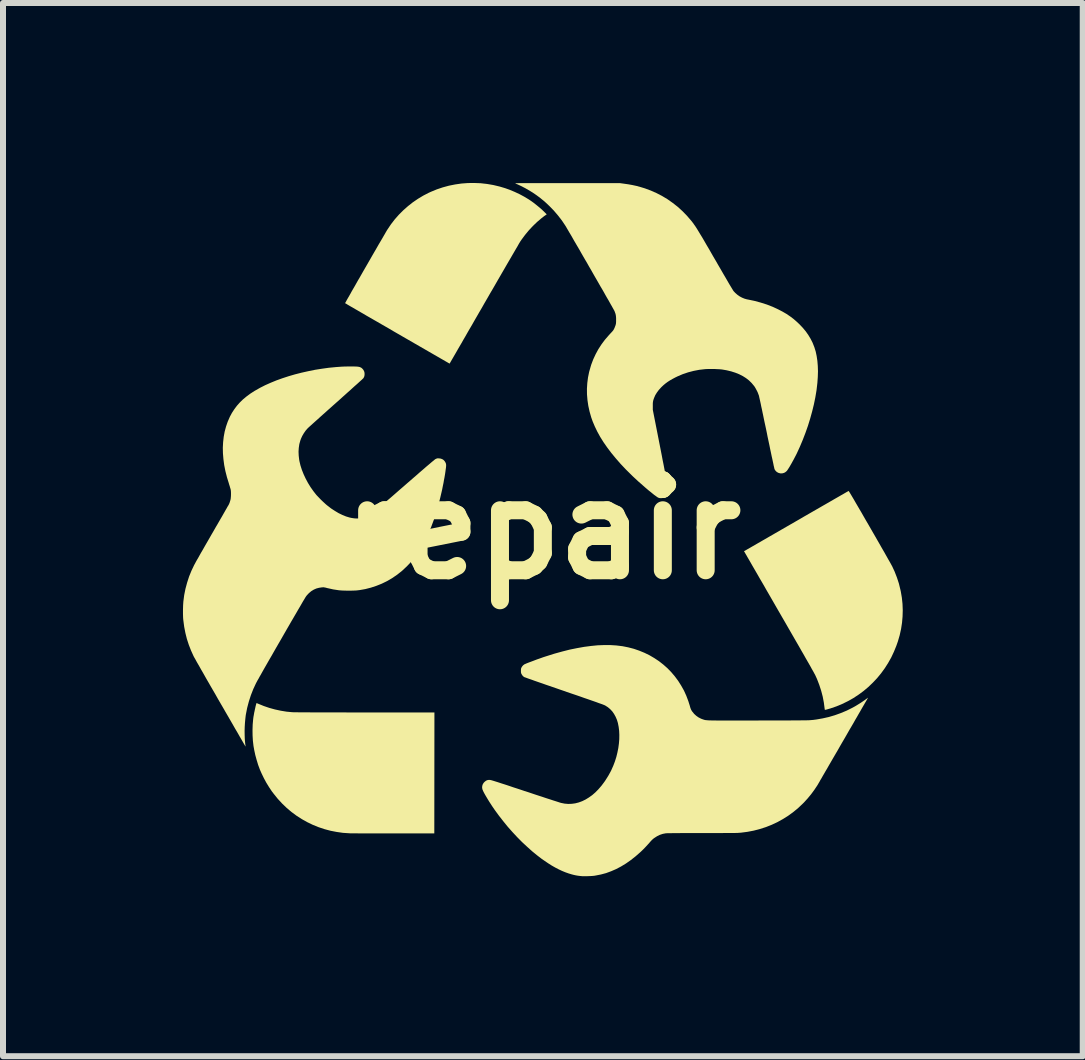
<source format=kicad_pcb>
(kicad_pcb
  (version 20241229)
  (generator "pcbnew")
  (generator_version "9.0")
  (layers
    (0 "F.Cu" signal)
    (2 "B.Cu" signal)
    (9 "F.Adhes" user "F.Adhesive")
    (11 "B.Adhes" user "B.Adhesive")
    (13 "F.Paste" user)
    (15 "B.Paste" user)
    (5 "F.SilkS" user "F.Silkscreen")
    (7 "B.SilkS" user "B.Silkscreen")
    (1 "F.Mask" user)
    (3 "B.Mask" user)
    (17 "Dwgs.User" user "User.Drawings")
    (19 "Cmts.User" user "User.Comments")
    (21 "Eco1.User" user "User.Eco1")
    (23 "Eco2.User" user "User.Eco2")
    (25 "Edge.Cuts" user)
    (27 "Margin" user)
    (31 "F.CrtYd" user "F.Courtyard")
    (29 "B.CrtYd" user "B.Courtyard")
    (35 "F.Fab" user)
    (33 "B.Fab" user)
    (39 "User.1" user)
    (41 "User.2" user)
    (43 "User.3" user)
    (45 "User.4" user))
  (footprint "repair"
    (layer "F.Cu")
    (at 5.998 5.777)
    (property "Reference" "repair" (at 0 0 0) (layer "F.SilkS") (effects (font (size 1.5 1.5) (thickness 0.3))))
    (attr board_only exclude_from_pos_files exclude_from_bom)
    (fp_poly (pts (xy -4.769 2.893) (xy -4.76 2.896) (xy -4.749 2.901) (xy -4.737 2.906) (xy -4.651 2.941) (xy -4.56 2.972) (xy -4.466 2.998) (xy -4.369 3.019) (xy -4.272 3.035) (xy -4.177 3.044) (xy -4.169 3.044) (xy -4.154 3.045) (xy -4.132 3.045) (xy -4.103 3.045) (xy -4.068 3.046) (xy -4.027 3.046) (xy -3.979 3.046) (xy -3.924 3.046) (xy -3.863 3.047) (xy -3.796 3.047) (xy -3.722 3.047) (xy -3.642 3.047) (xy -3.556 3.047) (xy -3.464 3.047) (xy -3.366 3.047) (xy -3.261 3.048) (xy -3.151 3.048) (xy -3.035 3.048) (xy -2.969 3.048) (xy -1.807 3.048) (xy -1.808 4.056) (xy -1.809 5.064) (xy -2.487 5.064) (xy -2.555 5.064) (xy -2.622 5.064) (xy -2.688 5.064) (xy -2.751 5.064) (xy -2.812 5.064) (xy -2.87 5.064) (xy -2.925 5.064) (xy -2.977 5.064) (xy -3.025 5.064) (xy -3.068 5.064) (xy -3.108 5.063) (xy -3.142 5.063) (xy -3.171 5.063) (xy -3.194 5.063) (xy -3.212 5.063) (xy -3.223 5.062) (xy -3.224 5.062) (xy -3.331 5.055) (xy -3.436 5.04) (xy -3.539 5.02) (xy -3.64 4.993) (xy -3.739 4.96) (xy -3.835 4.921) (xy -3.928 4.876) (xy -4.019 4.825) (xy -4.106 4.769) (xy -4.19 4.707) (xy -4.27 4.639) (xy -4.346 4.566) (xy -4.418 4.488) (xy -4.485 4.405) (xy -4.517 4.363) (xy -4.563 4.294) (xy -4.608 4.221) (xy -4.649 4.145) (xy -4.686 4.069) (xy -4.716 4.001) (xy -4.745 3.923) (xy -4.77 3.841) (xy -4.793 3.757) (xy -4.811 3.673) (xy -4.823 3.605) (xy -4.833 3.518) (xy -4.838 3.429) (xy -4.839 3.338) (xy -4.836 3.247) (xy -4.828 3.158) (xy -4.823 3.119) (xy -4.819 3.099) (xy -4.815 3.076) (xy -4.811 3.052) (xy -4.805 3.026) (xy -4.8 3) (xy -4.794 2.975) (xy -4.789 2.951) (xy -4.784 2.931) (xy -4.779 2.913) (xy -4.776 2.901) (xy -4.773 2.893) (xy -4.772 2.892)) (stroke (width 0) (type solid)) (fill yes) (layer "F.SilkS"))
    (fp_poly (pts (xy 5.098 -0.642) (xy 5.101 -0.638) (xy 5.106 -0.631) (xy 5.113 -0.62) (xy 5.122 -0.605) (xy 5.133 -0.587) (xy 5.146 -0.565) (xy 5.162 -0.538) (xy 5.18 -0.508) (xy 5.2 -0.473) (xy 5.223 -0.433) (xy 5.249 -0.389) (xy 5.278 -0.339) (xy 5.31 -0.285) (xy 5.344 -0.225) (xy 5.382 -0.159) (xy 5.423 -0.089) (xy 5.443 -0.054) (xy 5.477 0.005) (xy 5.511 0.064) (xy 5.544 0.121) (xy 5.576 0.177) (xy 5.607 0.231) (xy 5.636 0.282) (xy 5.664 0.331) (xy 5.691 0.377) (xy 5.715 0.42) (xy 5.737 0.459) (xy 5.757 0.495) (xy 5.775 0.526) (xy 5.79 0.552) (xy 5.802 0.574) (xy 5.811 0.591) (xy 5.817 0.602) (xy 5.819 0.604) (xy 5.864 0.701) (xy 5.902 0.799) (xy 5.935 0.9) (xy 5.96 1.003) (xy 5.966 1.029) (xy 5.984 1.134) (xy 5.995 1.239) (xy 5.999 1.344) (xy 5.996 1.449) (xy 5.987 1.553) (xy 5.971 1.657) (xy 5.948 1.761) (xy 5.918 1.864) (xy 5.892 1.938) (xy 5.852 2.036) (xy 5.807 2.132) (xy 5.755 2.224) (xy 5.699 2.312) (xy 5.637 2.397) (xy 5.571 2.477) (xy 5.499 2.553) (xy 5.424 2.625) (xy 5.344 2.692) (xy 5.261 2.753) (xy 5.174 2.81) (xy 5.083 2.861) (xy 4.989 2.907) (xy 4.893 2.947) (xy 4.794 2.981) (xy 4.769 2.988) (xy 4.745 2.995) (xy 4.728 3) (xy 4.716 3.003) (xy 4.707 3.004) (xy 4.702 3.004) (xy 4.7 3.001) (xy 4.698 2.997) (xy 4.698 2.991) (xy 4.697 2.984) (xy 4.684 2.884) (xy 4.665 2.784) (xy 4.639 2.685) (xy 4.607 2.587) (xy 4.57 2.491) (xy 4.538 2.421) (xy 4.533 2.412) (xy 4.525 2.398) (xy 4.514 2.377) (xy 4.5 2.352) (xy 4.482 2.321) (xy 4.462 2.284) (xy 4.438 2.242) (xy 4.411 2.195) (xy 4.381 2.143) (xy 4.349 2.086) (xy 4.313 2.024) (xy 4.275 1.957) (xy 4.234 1.886) (xy 4.19 1.81) (xy 4.144 1.73) (xy 4.095 1.645) (xy 4.044 1.556) (xy 3.99 1.463) (xy 3.938 1.373) (xy 3.894 1.297) (xy 3.851 1.222) (xy 3.809 1.149) (xy 3.768 1.078) (xy 3.728 1.009) (xy 3.69 0.942) (xy 3.653 0.878) (xy 3.617 0.817) (xy 3.584 0.759) (xy 3.552 0.704) (xy 3.522 0.652) (xy 3.494 0.604) (xy 3.469 0.56) (xy 3.446 0.52) (xy 3.425 0.484) (xy 3.407 0.453) (xy 3.392 0.426) (xy 3.379 0.405) (xy 3.37 0.388) (xy 3.363 0.377) (xy 3.36 0.372) (xy 3.36 0.372) (xy 3.353 0.361) (xy 4.222 -0.14) (xy 4.293 -0.181) (xy 4.363 -0.222) (xy 4.431 -0.261) (xy 4.497 -0.299) (xy 4.561 -0.336) (xy 4.622 -0.371) (xy 4.681 -0.405) (xy 4.737 -0.437) (xy 4.789 -0.467) (xy 4.839 -0.496) (xy 4.884 -0.522) (xy 4.926 -0.546) (xy 4.964 -0.568) (xy 4.998 -0.587) (xy 5.027 -0.604) (xy 5.051 -0.618) (xy 5.07 -0.629) (xy 5.085 -0.637) (xy 5.093 -0.642) (xy 5.096 -0.644)) (stroke (width 0) (type solid)) (fill yes) (layer "F.SilkS"))
    (fp_poly (pts (xy -1.037 -5.773) (xy -0.931 -5.761) (xy -0.826 -5.743) (xy -0.721 -5.718) (xy -0.63 -5.691) (xy -0.549 -5.662) (xy -0.468 -5.628) (xy -0.387 -5.59) (xy -0.309 -5.548) (xy -0.236 -5.504) (xy -0.2 -5.48) (xy -0.151 -5.445) (xy -0.102 -5.406) (xy -0.053 -5.366) (xy -0.008 -5.326) (xy 0.033 -5.286) (xy 0.033 -5.286) (xy 0.065 -5.254) (xy 0.042 -5.238) (xy 0.03 -5.23) (xy 0.015 -5.219) (xy -0.001 -5.206) (xy -0.018 -5.193) (xy -0.021 -5.191) (xy -0.095 -5.128) (xy -0.166 -5.06) (xy -0.233 -4.988) (xy -0.296 -4.912) (xy -0.354 -4.834) (xy -0.375 -4.803) (xy -0.379 -4.797) (xy -0.386 -4.785) (xy -0.396 -4.769) (xy -0.409 -4.746) (xy -0.424 -4.719) (xy -0.443 -4.687) (xy -0.464 -4.651) (xy -0.488 -4.61) (xy -0.514 -4.565) (xy -0.542 -4.517) (xy -0.573 -4.464) (xy -0.605 -4.409) (xy -0.639 -4.35) (xy -0.675 -4.288) (xy -0.712 -4.224) (xy -0.751 -4.157) (xy -0.791 -4.087) (xy -0.832 -4.016) (xy -0.875 -3.943) (xy -0.918 -3.868) (xy -0.962 -3.792) (xy -0.972 -3.775) (xy -1.015 -3.699) (xy -1.059 -3.624) (xy -1.101 -3.551) (xy -1.142 -3.48) (xy -1.181 -3.411) (xy -1.22 -3.345) (xy -1.257 -3.281) (xy -1.292 -3.219) (xy -1.326 -3.161) (xy -1.357 -3.106) (xy -1.387 -3.055) (xy -1.415 -3.007) (xy -1.44 -2.963) (xy -1.463 -2.923) (xy -1.484 -2.887) (xy -1.502 -2.856) (xy -1.517 -2.83) (xy -1.53 -2.808) (xy -1.539 -2.792) (xy -1.545 -2.781) (xy -1.549 -2.776) (xy -1.549 -2.775) (xy -1.554 -2.766) (xy -2.424 -3.268) (xy -2.495 -3.309) (xy -2.564 -3.35) (xy -2.632 -3.389) (xy -2.698 -3.427) (xy -2.762 -3.464) (xy -2.823 -3.499) (xy -2.882 -3.533) (xy -2.938 -3.565) (xy -2.99 -3.596) (xy -3.039 -3.624) (xy -3.085 -3.651) (xy -3.127 -3.675) (xy -3.164 -3.697) (xy -3.198 -3.716) (xy -3.227 -3.733) (xy -3.251 -3.747) (xy -3.27 -3.759) (xy -3.284 -3.767) (xy -3.293 -3.772) (xy -3.296 -3.774) (xy -3.295 -3.777) (xy -3.29 -3.785) (xy -3.282 -3.799) (xy -3.272 -3.818) (xy -3.259 -3.841) (xy -3.243 -3.869) (xy -3.225 -3.9) (xy -3.205 -3.935) (xy -3.184 -3.974) (xy -3.16 -4.015) (xy -3.135 -4.058) (xy -3.109 -4.104) (xy -3.082 -4.152) (xy -3.053 -4.201) (xy -3.024 -4.252) (xy -2.995 -4.303) (xy -2.965 -4.355) (xy -2.935 -4.407) (xy -2.905 -4.459) (xy -2.875 -4.511) (xy -2.846 -4.562) (xy -2.817 -4.612) (xy -2.789 -4.66) (xy -2.762 -4.707) (xy -2.737 -4.751) (xy -2.712 -4.793) (xy -2.689 -4.832) (xy -2.668 -4.868) (xy -2.649 -4.901) (xy -2.632 -4.93) (xy -2.618 -4.955) (xy -2.606 -4.975) (xy -2.597 -4.991) (xy -2.59 -5.001) (xy -2.589 -5.003) (xy -2.531 -5.089) (xy -2.468 -5.171) (xy -2.399 -5.249) (xy -2.326 -5.322) (xy -2.248 -5.391) (xy -2.167 -5.455) (xy -2.082 -5.513) (xy -1.994 -5.566) (xy -1.903 -5.613) (xy -1.868 -5.629) (xy -1.769 -5.67) (xy -1.668 -5.704) (xy -1.565 -5.732) (xy -1.46 -5.753) (xy -1.355 -5.768) (xy -1.249 -5.776) (xy -1.143 -5.777)) (stroke (width 0) (type solid)) (fill yes) (layer "F.SilkS"))
    (fp_poly (pts (xy 0.017 -5.775) (xy 0.085 -5.775) (xy 0.159 -5.775) (xy 0.239 -5.775) (xy 0.325 -5.775) (xy 0.409 -5.775) (xy 1.289 -5.774) (xy 1.347 -5.766) (xy 1.424 -5.755) (xy 1.496 -5.742) (xy 1.565 -5.727) (xy 1.633 -5.708) (xy 1.699 -5.688) (xy 1.799 -5.651) (xy 1.896 -5.608) (xy 1.99 -5.559) (xy 2.08 -5.505) (xy 2.166 -5.444) (xy 2.249 -5.379) (xy 2.327 -5.308) (xy 2.401 -5.232) (xy 2.471 -5.151) (xy 2.489 -5.129) (xy 2.498 -5.116) (xy 2.508 -5.104) (xy 2.517 -5.09) (xy 2.527 -5.076) (xy 2.538 -5.061) (xy 2.549 -5.044) (xy 2.561 -5.026) (xy 2.574 -5.005) (xy 2.588 -4.982) (xy 2.604 -4.956) (xy 2.621 -4.927) (xy 2.641 -4.895) (xy 2.662 -4.86) (xy 2.685 -4.821) (xy 2.71 -4.777) (xy 2.738 -4.729) (xy 2.769 -4.677) (xy 2.802 -4.619) (xy 2.838 -4.556) (xy 2.878 -4.488) (xy 2.881 -4.483) (xy 2.917 -4.42) (xy 2.952 -4.36) (xy 2.985 -4.303) (xy 3.015 -4.251) (xy 3.044 -4.202) (xy 3.07 -4.157) (xy 3.093 -4.117) (xy 3.114 -4.081) (xy 3.133 -4.05) (xy 3.148 -4.025) (xy 3.161 -4.004) (xy 3.17 -3.988) (xy 3.177 -3.979) (xy 3.179 -3.975) (xy 3.208 -3.944) (xy 3.241 -3.915) (xy 3.279 -3.888) (xy 3.32 -3.866) (xy 3.361 -3.849) (xy 3.403 -3.837) (xy 3.411 -3.836) (xy 3.522 -3.813) (xy 3.63 -3.784) (xy 3.734 -3.751) (xy 3.834 -3.712) (xy 3.922 -3.671) (xy 3.995 -3.633) (xy 4.062 -3.594) (xy 4.124 -3.552) (xy 4.182 -3.508) (xy 4.238 -3.459) (xy 4.279 -3.42) (xy 4.334 -3.362) (xy 4.383 -3.303) (xy 4.425 -3.243) (xy 4.463 -3.18) (xy 4.496 -3.115) (xy 4.5 -3.105) (xy 4.526 -3.039) (xy 4.548 -2.968) (xy 4.564 -2.893) (xy 4.576 -2.812) (xy 4.583 -2.727) (xy 4.586 -2.638) (xy 4.583 -2.543) (xy 4.576 -2.445) (xy 4.564 -2.341) (xy 4.561 -2.317) (xy 4.542 -2.204) (xy 4.518 -2.087) (xy 4.489 -1.969) (xy 4.456 -1.85) (xy 4.419 -1.73) (xy 4.377 -1.611) (xy 4.332 -1.494) (xy 4.284 -1.38) (xy 4.233 -1.269) (xy 4.218 -1.239) (xy 4.2 -1.205) (xy 4.182 -1.17) (xy 4.163 -1.136) (xy 4.145 -1.103) (xy 4.127 -1.072) (xy 4.111 -1.044) (xy 4.095 -1.019) (xy 4.082 -0.999) (xy 4.071 -0.983) (xy 4.064 -0.975) (xy 4.044 -0.958) (xy 4.021 -0.945) (xy 3.995 -0.938) (xy 3.968 -0.936) (xy 3.953 -0.938) (xy 3.925 -0.946) (xy 3.9 -0.96) (xy 3.88 -0.979) (xy 3.865 -1.001) (xy 3.863 -1.005) (xy 3.861 -1.01) (xy 3.858 -1.022) (xy 3.854 -1.041) (xy 3.848 -1.065) (xy 3.842 -1.096) (xy 3.834 -1.133) (xy 3.825 -1.176) (xy 3.814 -1.224) (xy 3.803 -1.278) (xy 3.79 -1.338) (xy 3.777 -1.403) (xy 3.762 -1.473) (xy 3.746 -1.548) (xy 3.734 -1.61) (xy 3.721 -1.673) (xy 3.708 -1.734) (xy 3.695 -1.793) (xy 3.683 -1.851) (xy 3.672 -1.905) (xy 3.661 -1.957) (xy 3.651 -2.006) (xy 3.641 -2.05) (xy 3.633 -2.091) (xy 3.625 -2.128) (xy 3.618 -2.159) (xy 3.612 -2.186) (xy 3.607 -2.207) (xy 3.604 -2.223) (xy 3.602 -2.232) (xy 3.601 -2.234) (xy 3.591 -2.261) (xy 3.579 -2.292) (xy 3.563 -2.323) (xy 3.547 -2.353) (xy 3.531 -2.38) (xy 3.52 -2.395) (xy 3.48 -2.443) (xy 3.436 -2.486) (xy 3.386 -2.525) (xy 3.332 -2.559) (xy 3.273 -2.589) (xy 3.208 -2.615) (xy 3.139 -2.637) (xy 3.064 -2.655) (xy 2.983 -2.669) (xy 2.98 -2.669) (xy 2.96 -2.671) (xy 2.935 -2.673) (xy 2.905 -2.674) (xy 2.873 -2.676) (xy 2.84 -2.676) (xy 2.806 -2.677) (xy 2.774 -2.677) (xy 2.744 -2.676) (xy 2.719 -2.675) (xy 2.704 -2.674) (xy 2.608 -2.663) (xy 2.514 -2.645) (xy 2.422 -2.621) (xy 2.333 -2.591) (xy 2.246 -2.554) (xy 2.207 -2.535) (xy 2.16 -2.51) (xy 2.118 -2.486) (xy 2.081 -2.462) (xy 2.047 -2.437) (xy 2.014 -2.41) (xy 1.982 -2.38) (xy 1.972 -2.37) (xy 1.933 -2.327) (xy 1.901 -2.284) (xy 1.874 -2.24) (xy 1.854 -2.194) (xy 1.842 -2.159) (xy 1.839 -2.147) (xy 1.837 -2.136) (xy 1.835 -2.125) (xy 1.834 -2.114) (xy 1.833 -2.1) (xy 1.833 -2.081) (xy 1.833 -2.061) (xy 1.833 -1.996) (xy 1.964 -1.33) (xy 1.981 -1.243) (xy 1.996 -1.163) (xy 2.011 -1.089) (xy 2.024 -1.021) (xy 2.036 -0.959) (xy 2.046 -0.903) (xy 2.056 -0.853) (xy 2.064 -0.809) (xy 2.072 -0.77) (xy 2.078 -0.737) (xy 2.083 -0.708) (xy 2.087 -0.685) (xy 2.09 -0.667) (xy 2.092 -0.654) (xy 2.093 -0.646) (xy 2.094 -0.642) (xy 2.09 -0.614) (xy 2.081 -0.589) (xy 2.065 -0.566) (xy 2.045 -0.548) (xy 2.026 -0.536) (xy 2.013 -0.53) (xy 2.001 -0.527) (xy 1.989 -0.525) (xy 1.974 -0.524) (xy 1.958 -0.524) (xy 1.946 -0.525) (xy 1.935 -0.528) (xy 1.926 -0.531) (xy 1.914 -0.537) (xy 1.898 -0.548) (xy 1.879 -0.562) (xy 1.855 -0.579) (xy 1.829 -0.6) (xy 1.8 -0.624) (xy 1.768 -0.649) (xy 1.735 -0.677) (xy 1.701 -0.706) (xy 1.666 -0.737) (xy 1.631 -0.768) (xy 1.595 -0.799) (xy 1.561 -0.831) (xy 1.527 -0.862) (xy 1.495 -0.892) (xy 1.48 -0.907) (xy 1.385 -1.001) (xy 1.297 -1.094) (xy 1.216 -1.187) (xy 1.141 -1.278) (xy 1.073 -1.368) (xy 1.011 -1.457) (xy 0.956 -1.545) (xy 0.908 -1.632) (xy 0.866 -1.719) (xy 0.83 -1.804) (xy 0.806 -1.872) (xy 0.779 -1.967) (xy 0.758 -2.062) (xy 0.744 -2.157) (xy 0.736 -2.253) (xy 0.735 -2.348) (xy 0.741 -2.442) (xy 0.753 -2.536) (xy 0.772 -2.629) (xy 0.798 -2.72) (xy 0.806 -2.747) (xy 0.84 -2.837) (xy 0.88 -2.923) (xy 0.925 -3.006) (xy 0.976 -3.085) (xy 1.033 -3.162) (xy 1.096 -3.235) (xy 1.126 -3.268) (xy 1.143 -3.286) (xy 1.156 -3.3) (xy 1.166 -3.312) (xy 1.174 -3.322) (xy 1.18 -3.332) (xy 1.186 -3.342) (xy 1.188 -3.347) (xy 1.196 -3.364) (xy 1.204 -3.385) (xy 1.211 -3.403) (xy 1.212 -3.406) (xy 1.215 -3.418) (xy 1.218 -3.428) (xy 1.219 -3.439) (xy 1.22 -3.45) (xy 1.221 -3.465) (xy 1.221 -3.485) (xy 1.221 -3.496) (xy 1.221 -3.527) (xy 1.219 -3.552) (xy 1.216 -3.575) (xy 1.211 -3.597) (xy 1.203 -3.619) (xy 1.194 -3.644) (xy 1.191 -3.649) (xy 1.185 -3.66) (xy 1.176 -3.676) (xy 1.164 -3.697) (xy 1.15 -3.723) (xy 1.133 -3.752) (xy 1.114 -3.786) (xy 1.093 -3.824) (xy 1.069 -3.864) (xy 1.044 -3.908) (xy 1.018 -3.955) (xy 0.99 -4.004) (xy 0.96 -4.054) (xy 0.93 -4.107) (xy 0.899 -4.161) (xy 0.867 -4.216) (xy 0.835 -4.272) (xy 0.803 -4.329) (xy 0.77 -4.385) (xy 0.738 -4.442) (xy 0.705 -4.498) (xy 0.673 -4.553) (xy 0.642 -4.607) (xy 0.612 -4.66) (xy 0.583 -4.71) (xy 0.554 -4.759) (xy 0.527 -4.805) (xy 0.502 -4.849) (xy 0.479 -4.89) (xy 0.457 -4.927) (xy 0.437 -4.96) (xy 0.42 -4.99) (xy 0.405 -5.015) (xy 0.393 -5.036) (xy 0.384 -5.052) (xy 0.377 -5.062) (xy 0.377 -5.063) (xy 0.318 -5.151) (xy 0.253 -5.235) (xy 0.183 -5.317) (xy 0.108 -5.394) (xy 0.03 -5.467) (xy -0.053 -5.535) (xy -0.139 -5.597) (xy -0.151 -5.605) (xy -0.221 -5.649) (xy -0.294 -5.691) (xy -0.366 -5.728) (xy -0.411 -5.749) (xy -0.427 -5.756) (xy -0.442 -5.762) (xy -0.453 -5.767) (xy -0.46 -5.771) (xy -0.461 -5.771) (xy -0.46 -5.772) (xy -0.457 -5.772) (xy -0.452 -5.772) (xy -0.445 -5.773) (xy -0.435 -5.773) (xy -0.423 -5.773) (xy -0.408 -5.774) (xy -0.39 -5.774) (xy -0.368 -5.774) (xy -0.343 -5.774) (xy -0.314 -5.774) (xy -0.28 -5.775) (xy -0.243 -5.775) (xy -0.201 -5.775) (xy -0.154 -5.775) (xy -0.103 -5.775) (xy -0.046 -5.775)) (stroke (width 0) (type solid)) (fill yes) (layer "F.SilkS"))
    (fp_poly (pts (xy 1.122 1.925) (xy 1.221 1.931) (xy 1.23 1.932) (xy 1.328 1.944) (xy 1.423 1.963) (xy 1.516 1.987) (xy 1.606 2.018) (xy 1.694 2.054) (xy 1.778 2.095) (xy 1.858 2.142) (xy 1.935 2.193) (xy 2.008 2.25) (xy 2.077 2.311) (xy 2.141 2.377) (xy 2.201 2.448) (xy 2.256 2.522) (xy 2.306 2.601) (xy 2.352 2.683) (xy 2.391 2.769) (xy 2.425 2.859) (xy 2.45 2.938) (xy 2.456 2.961) (xy 2.462 2.979) (xy 2.468 2.994) (xy 2.474 3.007) (xy 2.481 3.019) (xy 2.49 3.033) (xy 2.493 3.036) (xy 2.522 3.072) (xy 2.556 3.103) (xy 2.594 3.13) (xy 2.637 3.152) (xy 2.666 3.163) (xy 2.673 3.165) (xy 2.679 3.167) (xy 2.684 3.169) (xy 2.69 3.171) (xy 2.696 3.172) (xy 2.702 3.174) (xy 2.709 3.175) (xy 2.717 3.176) (xy 2.727 3.177) (xy 2.738 3.178) (xy 2.751 3.179) (xy 2.765 3.18) (xy 2.783 3.181) (xy 2.803 3.181) (xy 2.825 3.182) (xy 2.851 3.182) (xy 2.88 3.182) (xy 2.913 3.183) (xy 2.95 3.183) (xy 2.991 3.183) (xy 3.036 3.183) (xy 3.086 3.183) (xy 3.141 3.183) (xy 3.201 3.183) (xy 3.267 3.183) (xy 3.338 3.183) (xy 3.416 3.183) (xy 3.499 3.183) (xy 3.589 3.183) (xy 3.598 3.182) (xy 3.687 3.182) (xy 3.77 3.182) (xy 3.846 3.182) (xy 3.917 3.182) (xy 3.982 3.182) (xy 4.041 3.182) (xy 4.096 3.182) (xy 4.145 3.181) (xy 4.19 3.181) (xy 4.231 3.181) (xy 4.268 3.181) (xy 4.301 3.18) (xy 4.33 3.18) (xy 4.357 3.18) (xy 4.38 3.179) (xy 4.401 3.179) (xy 4.42 3.178) (xy 4.436 3.178) (xy 4.451 3.177) (xy 4.465 3.176) (xy 4.477 3.175) (xy 4.488 3.174) (xy 4.499 3.173) (xy 4.509 3.172) (xy 4.52 3.171) (xy 4.53 3.169) (xy 4.541 3.168) (xy 4.553 3.166) (xy 4.562 3.165) (xy 4.664 3.147) (xy 4.767 3.124) (xy 4.868 3.094) (xy 4.968 3.058) (xy 5.066 3.017) (xy 5.16 2.97) (xy 5.202 2.947) (xy 5.232 2.929) (xy 5.266 2.908) (xy 5.301 2.886) (xy 5.335 2.863) (xy 5.367 2.841) (xy 5.396 2.82) (xy 5.415 2.805) (xy 5.418 2.803) (xy 5.418 2.806) (xy 5.416 2.81) (xy 5.413 2.815) (xy 5.407 2.826) (xy 5.398 2.842) (xy 5.386 2.863) (xy 5.371 2.888) (xy 5.354 2.918) (xy 5.334 2.952) (xy 5.312 2.99) (xy 5.289 3.031) (xy 5.263 3.075) (xy 5.237 3.121) (xy 5.208 3.17) (xy 5.179 3.222) (xy 5.148 3.275) (xy 5.116 3.329) (xy 5.084 3.385) (xy 5.052 3.441) (xy 5.019 3.498) (xy 4.985 3.556) (xy 4.952 3.613) (xy 4.92 3.67) (xy 4.887 3.726) (xy 4.855 3.781) (xy 4.824 3.834) (xy 4.794 3.886) (xy 4.765 3.936) (xy 4.738 3.984) (xy 4.711 4.029) (xy 4.687 4.071) (xy 4.664 4.11) (xy 4.644 4.146) (xy 4.625 4.177) (xy 4.61 4.205) (xy 4.596 4.228) (xy 4.586 4.246) (xy 4.578 4.259) (xy 4.574 4.266) (xy 4.573 4.267) (xy 4.525 4.339) (xy 4.472 4.411) (xy 4.414 4.481) (xy 4.354 4.547) (xy 4.334 4.567) (xy 4.257 4.64) (xy 4.176 4.707) (xy 4.091 4.769) (xy 4.002 4.825) (xy 3.91 4.876) (xy 3.816 4.92) (xy 3.718 4.959) (xy 3.618 4.991) (xy 3.515 5.018) (xy 3.41 5.038) (xy 3.303 5.052) (xy 3.26 5.055) (xy 3.25 5.056) (xy 3.233 5.056) (xy 3.21 5.057) (xy 3.181 5.057) (xy 3.146 5.057) (xy 3.105 5.058) (xy 3.059 5.058) (xy 3.007 5.058) (xy 2.95 5.059) (xy 2.888 5.059) (xy 2.822 5.059) (xy 2.751 5.059) (xy 2.676 5.059) (xy 2.645 5.059) (xy 2.562 5.059) (xy 2.485 5.059) (xy 2.415 5.059) (xy 2.351 5.059) (xy 2.294 5.059) (xy 2.242 5.06) (xy 2.198 5.06) (xy 2.159 5.06) (xy 2.126 5.061) (xy 2.098 5.061) (xy 2.077 5.061) (xy 2.061 5.062) (xy 2.051 5.062) (xy 2.047 5.063) (xy 1.999 5.072) (xy 1.951 5.088) (xy 1.904 5.111) (xy 1.859 5.14) (xy 1.845 5.15) (xy 1.831 5.162) (xy 1.817 5.175) (xy 1.801 5.192) (xy 1.782 5.213) (xy 1.782 5.214) (xy 1.744 5.256) (xy 1.709 5.294) (xy 1.675 5.329) (xy 1.642 5.361) (xy 1.625 5.377) (xy 1.545 5.447) (xy 1.465 5.51) (xy 1.385 5.566) (xy 1.303 5.616) (xy 1.221 5.659) (xy 1.138 5.695) (xy 1.054 5.726) (xy 0.968 5.749) (xy 0.882 5.766) (xy 0.853 5.771) (xy 0.838 5.772) (xy 0.819 5.774) (xy 0.796 5.775) (xy 0.771 5.776) (xy 0.745 5.777) (xy 0.72 5.778) (xy 0.696 5.778) (xy 0.676 5.778) (xy 0.66 5.778) (xy 0.654 5.777) (xy 0.613 5.773) (xy 0.576 5.768) (xy 0.543 5.762) (xy 0.512 5.755) (xy 0.481 5.747) (xy 0.448 5.737) (xy 0.431 5.732) (xy 0.375 5.712) (xy 0.319 5.689) (xy 0.264 5.663) (xy 0.208 5.634) (xy 0.15 5.601) (xy 0.09 5.563) (xy 0.065 5.546) (xy -0.017 5.49) (xy -0.099 5.427) (xy -0.182 5.359) (xy -0.264 5.285) (xy -0.347 5.208) (xy -0.428 5.126) (xy -0.507 5.041) (xy -0.585 4.953) (xy -0.659 4.862) (xy -0.731 4.77) (xy -0.799 4.677) (xy -0.845 4.61) (xy -0.869 4.573) (xy -0.893 4.536) (xy -0.915 4.5) (xy -0.936 4.465) (xy -0.955 4.433) (xy -0.972 4.403) (xy -0.986 4.377) (xy -0.997 4.354) (xy -1.004 4.336) (xy -1.008 4.327) (xy -1.012 4.3) (xy -1.01 4.273) (xy -1.002 4.247) (xy -0.987 4.222) (xy -0.971 4.205) (xy -0.951 4.189) (xy -0.931 4.178) (xy -0.908 4.173) (xy -0.885 4.173) (xy -0.881 4.173) (xy -0.877 4.174) (xy -0.872 4.175) (xy -0.866 4.176) (xy -0.858 4.178) (xy -0.849 4.18) (xy -0.837 4.184) (xy -0.823 4.188) (xy -0.807 4.193) (xy -0.788 4.199) (xy -0.765 4.206) (xy -0.74 4.214) (xy -0.71 4.224) (xy -0.676 4.235) (xy -0.638 4.247) (xy -0.595 4.261) (xy -0.547 4.277) (xy -0.495 4.295) (xy -0.436 4.314) (xy -0.372 4.335) (xy -0.301 4.359) (xy -0.296 4.36) (xy -0.235 4.38) (xy -0.176 4.4) (xy -0.119 4.419) (xy -0.064 4.437) (xy -0.011 4.454) (xy 0.039 4.471) (xy 0.085 4.486) (xy 0.129 4.5) (xy 0.168 4.513) (xy 0.203 4.524) (xy 0.234 4.534) (xy 0.259 4.542) (xy 0.28 4.549) (xy 0.294 4.553) (xy 0.303 4.556) (xy 0.304 4.556) (xy 0.364 4.568) (xy 0.423 4.573) (xy 0.482 4.571) (xy 0.541 4.563) (xy 0.599 4.548) (xy 0.656 4.527) (xy 0.713 4.499) (xy 0.768 4.465) (xy 0.823 4.426) (xy 0.876 4.38) (xy 0.927 4.328) (xy 0.977 4.27) (xy 1.025 4.206) (xy 1.041 4.183) (xy 1.092 4.102) (xy 1.137 4.02) (xy 1.175 3.934) (xy 1.202 3.863) (xy 1.225 3.79) (xy 1.243 3.716) (xy 1.258 3.642) (xy 1.268 3.567) (xy 1.274 3.494) (xy 1.275 3.423) (xy 1.272 3.355) (xy 1.264 3.29) (xy 1.252 3.229) (xy 1.252 3.227) (xy 1.235 3.171) (xy 1.213 3.12) (xy 1.187 3.073) (xy 1.157 3.03) (xy 1.122 2.993) (xy 1.084 2.961) (xy 1.042 2.934) (xy 1.028 2.927) (xy 1.021 2.924) (xy 1.008 2.919) (xy 0.988 2.911) (xy 0.962 2.902) (xy 0.93 2.891) (xy 0.893 2.877) (xy 0.85 2.862) (xy 0.801 2.845) (xy 0.747 2.826) (xy 0.688 2.806) (xy 0.624 2.783) (xy 0.554 2.759) (xy 0.48 2.734) (xy 0.401 2.707) (xy 0.35 2.689) (xy 0.286 2.667) (xy 0.223 2.645) (xy 0.162 2.624) (xy 0.104 2.604) (xy 0.048 2.585) (xy -0.005 2.566) (xy -0.055 2.549) (xy -0.101 2.533) (xy -0.144 2.518) (xy -0.182 2.504) (xy -0.217 2.492) (xy -0.246 2.482) (xy -0.27 2.473) (xy -0.289 2.466) (xy -0.303 2.461) (xy -0.31 2.459) (xy -0.311 2.458) (xy -0.331 2.443) (xy -0.347 2.422) (xy -0.356 2.406) (xy -0.361 2.396) (xy -0.363 2.386) (xy -0.365 2.376) (xy -0.365 2.361) (xy -0.365 2.353) (xy -0.365 2.336) (xy -0.364 2.324) (xy -0.362 2.314) (xy -0.359 2.305) (xy -0.356 2.3) (xy -0.344 2.28) (xy -0.328 2.262) (xy -0.311 2.249) (xy -0.305 2.245) (xy -0.293 2.24) (xy -0.275 2.232) (xy -0.253 2.223) (xy -0.227 2.213) (xy -0.197 2.202) (xy -0.165 2.19) (xy -0.131 2.177) (xy -0.097 2.164) (xy -0.062 2.152) (xy -0.028 2.14) (xy 0.005 2.128) (xy 0.036 2.118) (xy 0.058 2.111) (xy 0.191 2.069) (xy 0.321 2.033) (xy 0.447 2.001) (xy 0.57 1.976) (xy 0.688 1.955) (xy 0.803 1.94) (xy 0.913 1.929) (xy 1.02 1.925)) (stroke (width 0) (type solid)) (fill yes) (layer "F.SilkS"))
    (fp_poly (pts (xy -3.164 -2.719) (xy -3.132 -2.718) (xy -3.104 -2.717) (xy -3.081 -2.715) (xy -3.063 -2.712) (xy -3.051 -2.709) (xy -3.027 -2.698) (xy -3.008 -2.682) (xy -2.992 -2.663) (xy -2.98 -2.641) (xy -2.976 -2.629) (xy -2.973 -2.618) (xy -2.972 -2.606) (xy -2.971 -2.592) (xy -2.973 -2.568) (xy -2.978 -2.548) (xy -2.988 -2.528) (xy -2.993 -2.521) (xy -2.997 -2.517) (xy -3.005 -2.51) (xy -3.017 -2.498) (xy -3.034 -2.483) (xy -3.055 -2.464) (xy -3.08 -2.441) (xy -3.108 -2.416) (xy -3.14 -2.388) (xy -3.174 -2.357) (xy -3.211 -2.323) (xy -3.251 -2.288) (xy -3.293 -2.25) (xy -3.337 -2.211) (xy -3.382 -2.17) (xy -3.429 -2.128) (xy -3.45 -2.11) (xy -3.497 -2.068) (xy -3.544 -2.026) (xy -3.589 -1.986) (xy -3.632 -1.947) (xy -3.674 -1.91) (xy -3.713 -1.875) (xy -3.749 -1.842) (xy -3.783 -1.812) (xy -3.814 -1.784) (xy -3.841 -1.76) (xy -3.865 -1.738) (xy -3.885 -1.72) (xy -3.901 -1.706) (xy -3.912 -1.695) (xy -3.918 -1.689) (xy -3.92 -1.688) (xy -3.953 -1.65) (xy -3.983 -1.607) (xy -4.01 -1.561) (xy -4.032 -1.513) (xy -4.043 -1.482) (xy -4.059 -1.424) (xy -4.068 -1.362) (xy -4.072 -1.298) (xy -4.069 -1.231) (xy -4.061 -1.162) (xy -4.057 -1.14) (xy -4.04 -1.069) (xy -4.017 -0.997) (xy -3.988 -0.924) (xy -3.954 -0.851) (xy -3.915 -0.778) (xy -3.872 -0.708) (xy -3.824 -0.64) (xy -3.789 -0.595) (xy -3.772 -0.574) (xy -3.75 -0.551) (xy -3.726 -0.526) (xy -3.7 -0.499) (xy -3.673 -0.473) (xy -3.646 -0.448) (xy -3.621 -0.425) (xy -3.599 -0.406) (xy -3.591 -0.4) (xy -3.529 -0.352) (xy -3.466 -0.311) (xy -3.404 -0.274) (xy -3.342 -0.244) (xy -3.281 -0.219) (xy -3.221 -0.201) (xy -3.194 -0.195) (xy -3.164 -0.19) (xy -3.132 -0.186) (xy -3.098 -0.185) (xy -3.065 -0.185) (xy -3.034 -0.187) (xy -3.009 -0.191) (xy -3.007 -0.191) (xy -2.957 -0.205) (xy -2.91 -0.225) (xy -2.867 -0.25) (xy -2.861 -0.253) (xy -2.857 -0.257) (xy -2.847 -0.265) (xy -2.833 -0.277) (xy -2.815 -0.293) (xy -2.792 -0.312) (xy -2.766 -0.335) (xy -2.736 -0.361) (xy -2.702 -0.389) (xy -2.666 -0.421) (xy -2.626 -0.455) (xy -2.585 -0.491) (xy -2.54 -0.529) (xy -2.494 -0.569) (xy -2.446 -0.611) (xy -2.397 -0.654) (xy -2.346 -0.698) (xy -2.325 -0.716) (xy -2.261 -0.772) (xy -2.202 -0.823) (xy -2.148 -0.87) (xy -2.098 -0.913) (xy -2.053 -0.953) (xy -2.012 -0.988) (xy -1.975 -1.02) (xy -1.942 -1.049) (xy -1.912 -1.074) (xy -1.886 -1.096) (xy -1.864 -1.115) (xy -1.845 -1.131) (xy -1.829 -1.144) (xy -1.815 -1.155) (xy -1.805 -1.164) (xy -1.797 -1.17) (xy -1.791 -1.174) (xy -1.788 -1.176) (xy -1.776 -1.181) (xy -1.767 -1.185) (xy -1.757 -1.187) (xy -1.745 -1.187) (xy -1.736 -1.187) (xy -1.706 -1.184) (xy -1.679 -1.175) (xy -1.656 -1.161) (xy -1.637 -1.141) (xy -1.623 -1.118) (xy -1.618 -1.107) (xy -1.615 -1.097) (xy -1.613 -1.087) (xy -1.612 -1.075) (xy -1.612 -1.065) (xy -1.613 -1.05) (xy -1.615 -1.029) (xy -1.619 -1.003) (xy -1.623 -0.972) (xy -1.628 -0.937) (xy -1.634 -0.9) (xy -1.641 -0.86) (xy -1.649 -0.819) (xy -1.656 -0.777) (xy -1.665 -0.735) (xy -1.673 -0.694) (xy -1.678 -0.668) (xy -1.71 -0.531) (xy -1.743 -0.401) (xy -1.78 -0.276) (xy -1.819 -0.157) (xy -1.861 -0.044) (xy -1.906 0.062) (xy -1.953 0.163) (xy -2.003 0.258) (xy -2.056 0.346) (xy -2.111 0.428) (xy -2.168 0.504) (xy -2.191 0.532) (xy -2.214 0.557) (xy -2.24 0.585) (xy -2.268 0.614) (xy -2.298 0.642) (xy -2.326 0.669) (xy -2.352 0.692) (xy -2.358 0.697) (xy -2.435 0.757) (xy -2.516 0.812) (xy -2.599 0.86) (xy -2.685 0.902) (xy -2.775 0.938) (xy -2.866 0.968) (xy -2.96 0.992) (xy -3.057 1.009) (xy -3.076 1.011) (xy -3.099 1.014) (xy -3.128 1.016) (xy -3.16 1.017) (xy -3.196 1.018) (xy -3.233 1.018) (xy -3.27 1.018) (xy -3.306 1.017) (xy -3.34 1.016) (xy -3.37 1.014) (xy -3.395 1.012) (xy -3.403 1.011) (xy -3.495 0.997) (xy -3.584 0.977) (xy -3.595 0.975) (xy -3.615 0.969) (xy -3.63 0.966) (xy -3.642 0.964) (xy -3.653 0.962) (xy -3.663 0.962) (xy -3.675 0.963) (xy -3.681 0.963) (xy -3.729 0.97) (xy -3.775 0.982) (xy -3.818 1.001) (xy -3.859 1.026) (xy -3.897 1.057) (xy -3.931 1.093) (xy -3.945 1.111) (xy -3.949 1.117) (xy -3.957 1.129) (xy -3.967 1.146) (xy -3.98 1.168) (xy -3.996 1.194) (xy -4.014 1.225) (xy -4.034 1.26) (xy -4.057 1.299) (xy -4.081 1.34) (xy -4.107 1.385) (xy -4.135 1.433) (xy -4.164 1.483) (xy -4.194 1.534) (xy -4.225 1.588) (xy -4.257 1.643) (xy -4.289 1.699) (xy -4.322 1.756) (xy -4.355 1.814) (xy -4.388 1.871) (xy -4.421 1.928) (xy -4.454 1.985) (xy -4.486 2.041) (xy -4.517 2.096) (xy -4.548 2.149) (xy -4.578 2.201) (xy -4.606 2.25) (xy -4.633 2.297) (xy -4.658 2.341) (xy -4.681 2.382) (xy -4.702 2.42) (xy -4.722 2.454) (xy -4.738 2.484) (xy -4.753 2.509) (xy -4.764 2.53) (xy -4.773 2.546) (xy -4.778 2.556) (xy -4.779 2.557) (xy -4.826 2.658) (xy -4.866 2.76) (xy -4.9 2.865) (xy -4.928 2.971) (xy -4.949 3.078) (xy -4.952 3.095) (xy -4.959 3.156) (xy -4.965 3.221) (xy -4.969 3.288) (xy -4.971 3.356) (xy -4.97 3.423) (xy -4.968 3.488) (xy -4.963 3.55) (xy -4.959 3.583) (xy -4.957 3.597) (xy -4.956 3.608) (xy -4.955 3.616) (xy -4.955 3.617) (xy -4.957 3.614) (xy -4.962 3.606) (xy -4.97 3.592) (xy -4.981 3.573) (xy -4.995 3.549) (xy -5.011 3.521) (xy -5.03 3.488) (xy -5.052 3.451) (xy -5.075 3.41) (xy -5.101 3.365) (xy -5.129 3.318) (xy -5.158 3.267) (xy -5.189 3.213) (xy -5.222 3.156) (xy -5.256 3.097) (xy -5.291 3.037) (xy -5.327 2.974) (xy -5.365 2.909) (xy -5.372 2.897) (xy -5.415 2.823) (xy -5.456 2.75) (xy -5.496 2.681) (xy -5.535 2.614) (xy -5.571 2.551) (xy -5.606 2.491) (xy -5.638 2.434) (xy -5.668 2.381) (xy -5.696 2.333) (xy -5.721 2.288) (xy -5.744 2.248) (xy -5.765 2.212) (xy -5.782 2.181) (xy -5.796 2.155) (xy -5.808 2.135) (xy -5.816 2.12) (xy -5.821 2.111) (xy -5.864 2.016) (xy -5.901 1.921) (xy -5.933 1.823) (xy -5.958 1.723) (xy -5.978 1.62) (xy -5.992 1.513) (xy -5.994 1.497) (xy -5.996 1.472) (xy -5.997 1.442) (xy -5.998 1.408) (xy -5.998 1.372) (xy -5.998 1.334) (xy -5.997 1.298) (xy -5.996 1.263) (xy -5.994 1.231) (xy -5.992 1.204) (xy -5.992 1.201) (xy -5.978 1.093) (xy -5.957 0.988) (xy -5.929 0.884) (xy -5.896 0.782) (xy -5.856 0.684) (xy -5.816 0.6) (xy -5.811 0.589) (xy -5.802 0.574) (xy -5.791 0.553) (xy -5.777 0.527) (xy -5.76 0.497) (xy -5.74 0.463) (xy -5.719 0.425) (xy -5.696 0.384) (xy -5.67 0.34) (xy -5.644 0.294) (xy -5.616 0.245) (xy -5.587 0.195) (xy -5.557 0.143) (xy -5.527 0.09) (xy -5.511 0.063) (xy -5.481 0.011) (xy -5.452 -0.04) (xy -5.423 -0.089) (xy -5.396 -0.136) (xy -5.37 -0.181) (xy -5.346 -0.222) (xy -5.324 -0.261) (xy -5.304 -0.296) (xy -5.286 -0.328) (xy -5.27 -0.355) (xy -5.257 -0.379) (xy -5.246 -0.397) (xy -5.238 -0.41) (xy -5.234 -0.418) (xy -5.233 -0.421) (xy -5.223 -0.442) (xy -5.215 -0.467) (xy -5.207 -0.493) (xy -5.203 -0.512) (xy -5.201 -0.532) (xy -5.199 -0.556) (xy -5.198 -0.583) (xy -5.198 -0.61) (xy -5.199 -0.635) (xy -5.201 -0.656) (xy -5.201 -0.657) (xy -5.203 -0.667) (xy -5.207 -0.682) (xy -5.213 -0.701) (xy -5.219 -0.723) (xy -5.227 -0.747) (xy -5.233 -0.768) (xy -5.265 -0.872) (xy -5.291 -0.974) (xy -5.311 -1.075) (xy -5.324 -1.174) (xy -5.332 -1.271) (xy -5.334 -1.365) (xy -5.329 -1.458) (xy -5.319 -1.547) (xy -5.303 -1.634) (xy -5.28 -1.719) (xy -5.252 -1.8) (xy -5.247 -1.811) (xy -5.217 -1.88) (xy -5.182 -1.945) (xy -5.143 -2.005) (xy -5.1 -2.063) (xy -5.052 -2.117) (xy -4.999 -2.169) (xy -4.94 -2.218) (xy -4.875 -2.266) (xy -4.804 -2.312) (xy -4.791 -2.319) (xy -4.712 -2.364) (xy -4.627 -2.407) (xy -4.537 -2.447) (xy -4.442 -2.486) (xy -4.342 -2.522) (xy -4.238 -2.556) (xy -4.132 -2.587) (xy -4.022 -2.615) (xy -3.91 -2.64) (xy -3.797 -2.663) (xy -3.683 -2.681) (xy -3.568 -2.697) (xy -3.454 -2.708) (xy -3.443 -2.709) (xy -3.402 -2.712) (xy -3.36 -2.715) (xy -3.319 -2.717) (xy -3.277 -2.718) (xy -3.237 -2.719) (xy -3.199 -2.719)) (stroke (width 0) (type solid)) (fill yes) (layer "F.SilkS")))
  (gr_rect
    (start -3 -3)
    (end 14.997 14.555)
    (stroke (width 0.1) (type default))
    (fill no)
    (layer "Edge.Cuts")))
</source>
